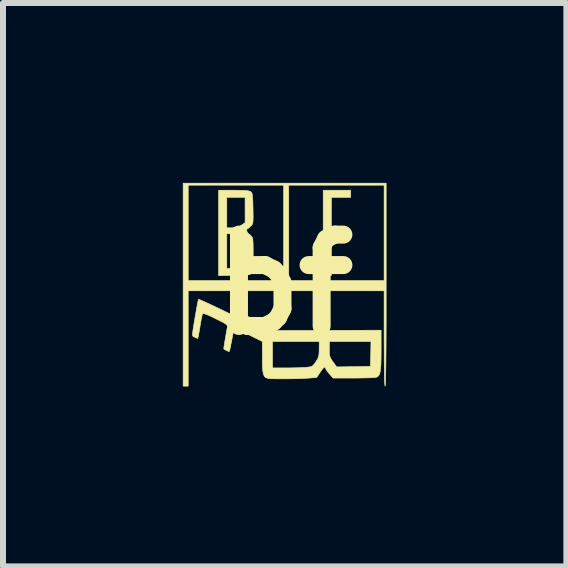
<source format=kicad_pcb>
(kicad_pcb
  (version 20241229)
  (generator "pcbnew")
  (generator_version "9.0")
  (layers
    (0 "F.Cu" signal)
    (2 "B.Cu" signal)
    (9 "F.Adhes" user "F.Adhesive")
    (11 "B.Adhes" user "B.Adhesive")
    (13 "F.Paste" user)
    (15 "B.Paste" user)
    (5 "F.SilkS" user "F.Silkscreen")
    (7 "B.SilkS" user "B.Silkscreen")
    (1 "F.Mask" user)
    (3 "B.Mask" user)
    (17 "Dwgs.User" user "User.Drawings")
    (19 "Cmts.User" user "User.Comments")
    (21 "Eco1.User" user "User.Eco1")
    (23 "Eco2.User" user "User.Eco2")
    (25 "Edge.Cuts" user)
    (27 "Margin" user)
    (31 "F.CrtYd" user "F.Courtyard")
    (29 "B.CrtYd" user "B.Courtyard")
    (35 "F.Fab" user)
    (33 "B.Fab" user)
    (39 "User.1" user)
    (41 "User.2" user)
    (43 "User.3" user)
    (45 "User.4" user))
  (footprint "bf"
    (layer "F.Cu")
    (at 1.698 1.698)
    (property "Reference" "bf" (at 0 0 0) (layer "F.SilkS") (effects (font (size 1.524 1.524) (thickness 0.3))))
    (attr through_hole)
    (fp_poly (pts (xy 1.101 -1.456) (xy 0.779 -1.456) (xy 0.779 -0.931) (xy 1.084 -0.931) (xy 1.084 -0.813) (xy 0.779 -0.813) (xy 0.779 -0.152) (xy 0.643 -0.152) (xy 0.643 -1.575) (xy 1.101 -1.575) (xy 1.101 -1.456)) (stroke (width 0.01) (type solid)) (fill yes) (layer "F.SilkS"))
    (fp_poly (pts (xy 1.693 0) (xy 1.693 0.316) (xy 1.693 0.6) (xy 1.692 0.852) (xy 1.691 1.071) (xy 1.689 1.257) (xy 1.687 1.411) (xy 1.685 1.532) (xy 1.683 1.619) (xy 1.68 1.673) (xy 1.677 1.693) (xy 1.676 1.693) (xy 1.672 1.677) (xy 1.668 1.626) (xy 1.665 1.544) (xy 1.663 1.429) (xy 1.661 1.282) (xy 1.66 1.105) (xy 1.659 0.898) (xy 1.659 0.897) (xy 1.659 0.102) (xy -1.609 0.102) (xy -1.609 1.693) (xy -1.693 1.693) (xy -1.693 -1.659) (xy -1.609 -1.659) (xy -1.609 -0.068) (xy -0.017 -0.068) (xy -0.017 -1.659) (xy 0.068 -1.659) (xy 0.068 -0.068) (xy 1.659 -0.068) (xy 1.659 -1.659) (xy 0.068 -1.659) (xy -0.017 -1.659) (xy -1.609 -1.659) (xy -1.693 -1.659) (xy -1.693 -1.693) (xy 1.693 -1.693) (xy 1.693 0)) (stroke (width 0.01) (type solid)) (fill yes) (layer "F.SilkS"))
    (fp_poly (pts (xy -0.743 -1.574) (xy -0.665 -1.571) (xy -0.612 -1.566) (xy -0.579 -1.557) (xy -0.566 -1.551) (xy -0.553 -1.538) (xy -0.544 -1.52) (xy -0.538 -1.489) (xy -0.533 -1.44) (xy -0.53 -1.368) (xy -0.528 -1.272) (xy -0.526 -1.174) (xy -0.526 -1.104) (xy -0.528 -1.056) (xy -0.532 -1.025) (xy -0.541 -1.004) (xy -0.553 -0.988) (xy -0.563 -0.978) (xy -0.602 -0.944) (xy -0.636 -0.919) (xy -0.659 -0.901) (xy -0.653 -0.888) (xy -0.636 -0.876) (xy -0.599 -0.849) (xy -0.564 -0.818) (xy -0.55 -0.802) (xy -0.539 -0.785) (xy -0.532 -0.76) (xy -0.528 -0.721) (xy -0.526 -0.664) (xy -0.525 -0.582) (xy -0.525 -0.504) (xy -0.526 -0.392) (xy -0.528 -0.309) (xy -0.533 -0.252) (xy -0.54 -0.215) (xy -0.549 -0.194) (xy -0.561 -0.181) (xy -0.579 -0.172) (xy -0.61 -0.166) (xy -0.657 -0.161) (xy -0.727 -0.158) (xy -0.825 -0.156) (xy -0.837 -0.155) (xy -1.101 -0.15) (xy -1.101 -0.271) (xy -0.965 -0.271) (xy -0.66 -0.271) (xy -0.66 -0.76) (xy -0.714 -0.798) (xy -0.784 -0.83) (xy -0.867 -0.844) (xy -0.965 -0.851) (xy -0.965 -0.271) (xy -1.101 -0.271) (xy -1.101 -1.456) (xy -0.965 -1.456) (xy -0.965 -0.948) (xy -0.876 -0.948) (xy -0.804 -0.955) (xy -0.747 -0.977) (xy -0.724 -0.991) (xy -0.66 -1.034) (xy -0.66 -1.456) (xy -0.965 -1.456) (xy -1.101 -1.456) (xy -1.101 -1.575) (xy -0.85 -1.575) (xy -0.743 -1.574)) (stroke (width 0.01) (type solid)) (fill yes) (layer "F.SilkS"))
    (fp_poly (pts (xy -1.419 0.25) (xy -1.376 0.268) (xy -1.31 0.298) (xy -1.225 0.337) (xy -1.126 0.384) (xy -1.015 0.437) (xy -0.989 0.45) (xy -0.87 0.508) (xy -0.755 0.564) (xy -0.65 0.615) (xy -0.559 0.658) (xy -0.488 0.692) (xy -0.442 0.714) (xy -0.44 0.715) (xy -0.33 0.766) (xy 0.639 0.763) (xy 1.609 0.76) (xy 1.609 1.1) (xy 1.608 1.233) (xy 1.605 1.336) (xy 1.599 1.413) (xy 1.59 1.468) (xy 1.576 1.506) (xy 1.558 1.529) (xy 1.533 1.543) (xy 1.52 1.547) (xy 1.492 1.55) (xy 1.436 1.553) (xy 1.357 1.555) (xy 1.262 1.557) (xy 1.157 1.558) (xy 1.145 1.558) (xy 0.809 1.558) (xy 0.752 1.495) (xy 0.716 1.453) (xy 0.691 1.415) (xy 0.685 1.402) (xy 0.674 1.379) (xy 0.66 1.377) (xy 0.638 1.397) (xy 0.604 1.444) (xy 0.592 1.461) (xy 0.533 1.549) (xy 0.381 1.56) (xy 0.306 1.564) (xy 0.216 1.568) (xy 0.117 1.57) (xy 0.016 1.571) (xy -0.081 1.571) (xy -0.166 1.57) (xy -0.232 1.567) (xy -0.274 1.564) (xy -0.279 1.563) (xy -0.312 1.552) (xy -0.336 1.532) (xy -0.352 1.5) (xy -0.363 1.451) (xy -0.369 1.379) (xy -0.372 1.281) (xy -0.372 1.215) (xy -0.373 0.948) (xy -0.203 0.948) (xy -0.203 1.389) (xy 0.031 1.389) (xy 0.128 1.388) (xy 0.221 1.386) (xy 0.303 1.382) (xy 0.361 1.379) (xy 0.366 1.378) (xy 0.423 1.371) (xy 0.46 1.358) (xy 0.487 1.333) (xy 0.519 1.289) (xy 0.521 1.285) (xy 0.55 1.238) (xy 0.566 1.198) (xy 0.574 1.15) (xy 0.576 1.084) (xy 0.576 1.075) (xy 0.576 0.948) (xy 0.745 0.948) (xy 0.745 1.075) (xy 0.746 1.143) (xy 0.752 1.19) (xy 0.767 1.228) (xy 0.794 1.271) (xy 0.806 1.287) (xy 0.867 1.372) (xy 1.149 1.368) (xy 1.431 1.363) (xy 1.436 1.156) (xy 1.44 0.948) (xy 0.745 0.948) (xy 0.576 0.948) (xy -0.203 0.948) (xy -0.373 0.948) (xy -0.373 0.948) (xy -0.6 0.835) (xy -0.68 0.796) (xy -0.749 0.764) (xy -0.802 0.741) (xy -0.832 0.731) (xy -0.838 0.731) (xy -0.845 0.75) (xy -0.856 0.796) (xy -0.87 0.861) (xy -0.882 0.925) (xy -0.897 0.999) (xy -0.909 1.06) (xy -0.918 1.101) (xy -0.922 1.114) (xy -0.94 1.112) (xy -0.971 1.099) (xy -1.001 1.082) (xy -1.016 1.069) (xy -1.016 1.068) (xy -1.013 1.046) (xy -1.006 0.999) (xy -0.996 0.937) (xy -0.984 0.868) (xy -0.973 0.802) (xy -0.963 0.747) (xy -0.957 0.712) (xy -0.957 0.711) (xy -0.955 0.693) (xy -0.961 0.677) (xy -0.98 0.659) (xy -1.016 0.636) (xy -1.074 0.606) (xy -1.152 0.567) (xy -1.241 0.524) (xy -1.304 0.497) (xy -1.344 0.484) (xy -1.365 0.484) (xy -1.369 0.487) (xy -1.377 0.512) (xy -1.388 0.562) (xy -1.401 0.631) (xy -1.413 0.703) (xy -1.425 0.779) (xy -1.436 0.841) (xy -1.445 0.883) (xy -1.449 0.897) (xy -1.467 0.891) (xy -1.5 0.877) (xy -1.515 0.871) (xy -1.526 0.865) (xy -1.534 0.855) (xy -1.537 0.836) (xy -1.535 0.806) (xy -1.529 0.758) (xy -1.518 0.689) (xy -1.503 0.595) (xy -1.484 0.487) (xy -1.47 0.402) (xy -1.456 0.33) (xy -1.445 0.276) (xy -1.438 0.248) (xy -1.436 0.245) (xy -1.419 0.25)) (stroke (width 0.01) (type solid)) (fill yes) (layer "F.SilkS")))
  (gr_rect
    (start -3 -3)
    (end 6.397 6.397)
    (stroke (width 0.1) (type default))
    (fill no)
    (layer "Edge.Cuts")))
</source>
